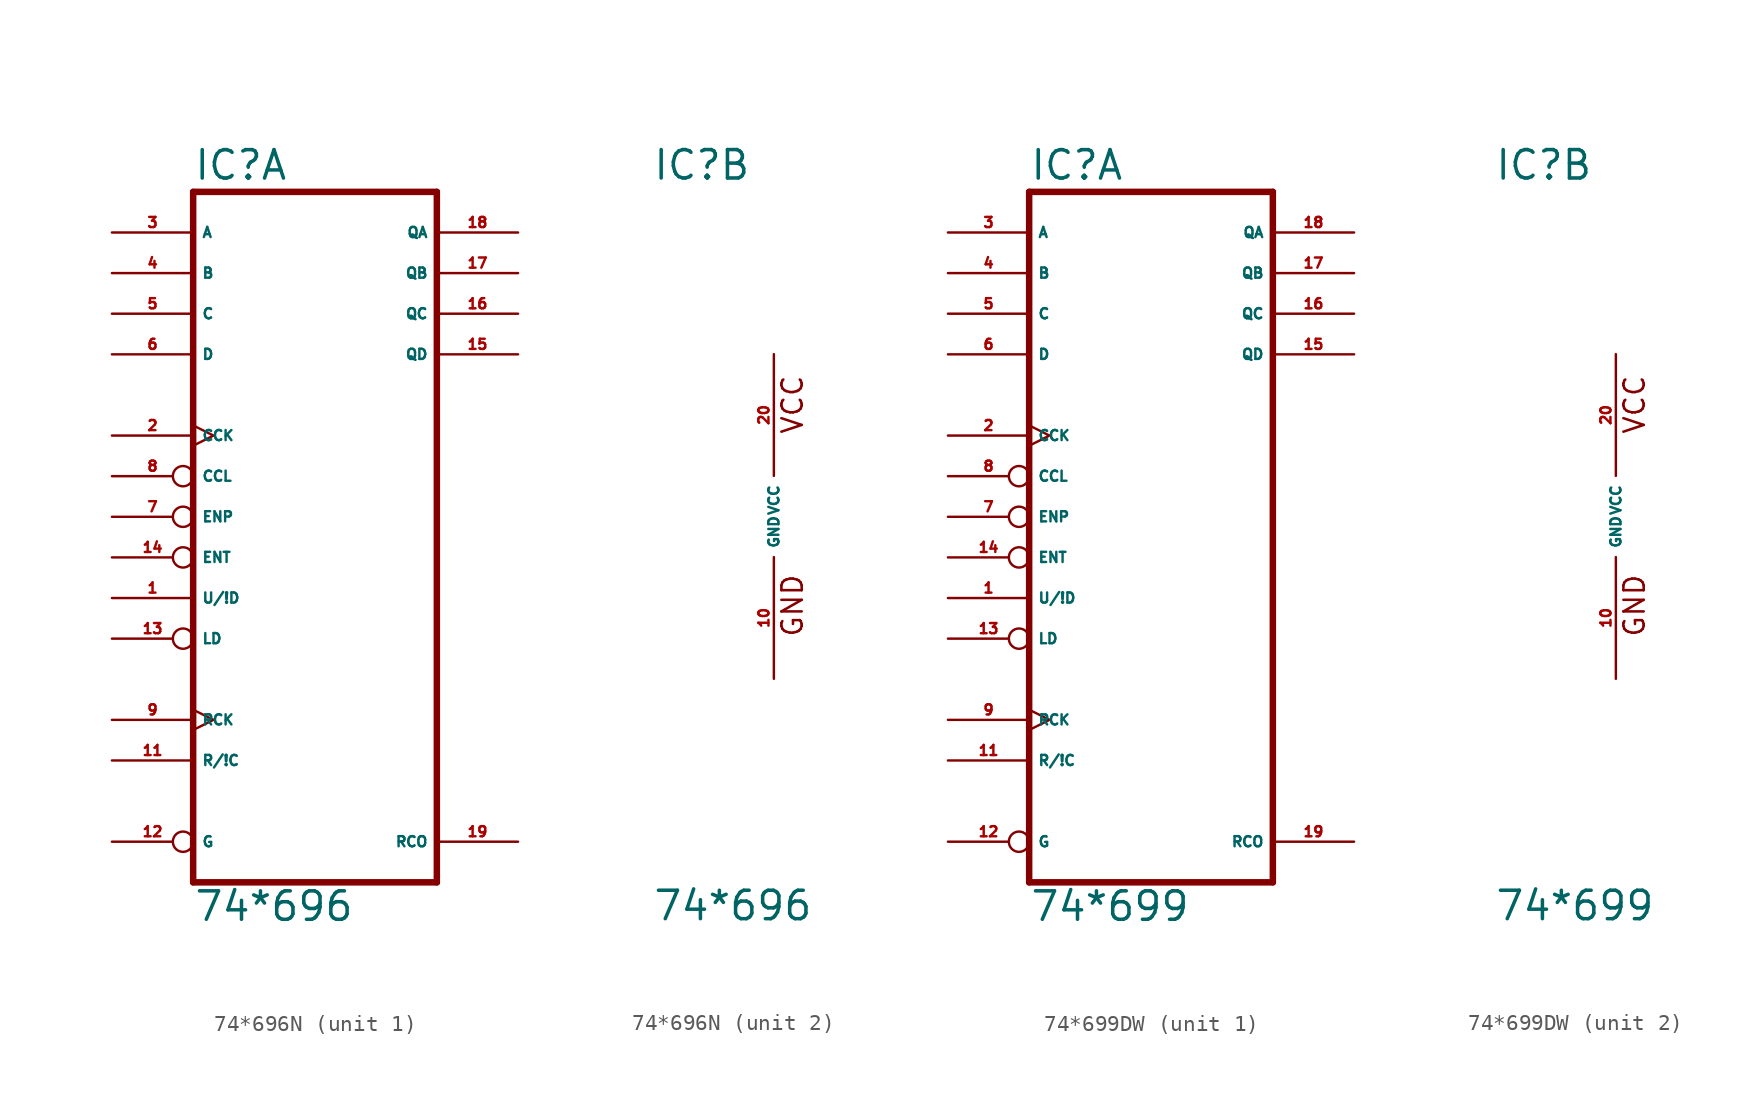
<source format=kicad_sym>
(kicad_symbol_lib
  (version 20220914)
  (generator Eagle2Kicad)
  (symbol "74*696N"
    (property "Reference" "IC"
      (at -7.62 20.955 0)
      (effects (font (size 1.778 1.778) (thickness 0.22)) (justify left bottom)))
    (property "Value" "74*696"
      (at -7.62 -25.4 0)
      (effects (font (size 1.778 1.778) (thickness 0.22)) (justify left bottom)))
    (symbol "74*696N_1_0"
      (polyline (pts (xy -7.62 -22.86) (xy 7.62 -22.86)) (stroke (width 0.406) (type default)) (fill (type none)))
      (polyline (pts (xy 7.62 -22.86) (xy 7.62 20.32)) (stroke (width 0.406) (type default)) (fill (type none)))
      (polyline (pts (xy 7.62 20.32) (xy -7.62 20.32)) (stroke (width 0.406) (type default)) (fill (type none)))
      (polyline (pts (xy -7.62 20.32) (xy -7.62 -22.86)) (stroke (width 0.406) (type default)) (fill (type none)))
      (pin input line (at -12.7 -5.08 0) (length 5.08) (name "U/!D" (effects (font (size 0.635 0.635) (thickness 0.08)) (justify left bottom))) (number "1" (effects (font (size 0.635 0.635) (thickness 0.08)) (justify left bottom))))
      (pin input clock (at -12.7 5.08 0) (length 5.08) (name "CCK" (effects (font (size 0.635 0.635) (thickness 0.08)) (justify left bottom))) (number "2" (effects (font (size 0.635 0.635) (thickness 0.08)) (justify left bottom))))
      (pin input line (at -12.7 17.78 0) (length 5.08) (name "A" (effects (font (size 0.635 0.635) (thickness 0.08)) (justify left bottom))) (number "3" (effects (font (size 0.635 0.635) (thickness 0.08)) (justify left bottom))))
      (pin input line (at -12.7 15.24 0) (length 5.08) (name "B" (effects (font (size 0.635 0.635) (thickness 0.08)) (justify left bottom))) (number "4" (effects (font (size 0.635 0.635) (thickness 0.08)) (justify left bottom))))
      (pin input line (at -12.7 12.7 0) (length 5.08) (name "C" (effects (font (size 0.635 0.635) (thickness 0.08)) (justify left bottom))) (number "5" (effects (font (size 0.635 0.635) (thickness 0.08)) (justify left bottom))))
      (pin input line (at -12.7 10.16 0) (length 5.08) (name "D" (effects (font (size 0.635 0.635) (thickness 0.08)) (justify left bottom))) (number "6" (effects (font (size 0.635 0.635) (thickness 0.08)) (justify left bottom))))
      (pin input inverted (at -12.7 0 0) (length 5.08) (name "ENP" (effects (font (size 0.635 0.635) (thickness 0.08)) (justify left bottom))) (number "7" (effects (font (size 0.635 0.635) (thickness 0.08)) (justify left bottom))))
      (pin input inverted (at -12.7 2.54 0) (length 5.08) (name "CCL" (effects (font (size 0.635 0.635) (thickness 0.08)) (justify left bottom))) (number "8" (effects (font (size 0.635 0.635) (thickness 0.08)) (justify left bottom))))
      (pin input clock (at -12.7 -12.7 0) (length 5.08) (name "RCK" (effects (font (size 0.635 0.635) (thickness 0.08)) (justify left bottom))) (number "9" (effects (font (size 0.635 0.635) (thickness 0.08)) (justify left bottom))))
      (pin input line (at -12.7 -15.24 0) (length 5.08) (name "R/!C" (effects (font (size 0.635 0.635) (thickness 0.08)) (justify left bottom))) (number "11" (effects (font (size 0.635 0.635) (thickness 0.08)) (justify left bottom))))
      (pin input inverted (at -12.7 -20.32 0) (length 5.08) (name "G" (effects (font (size 0.635 0.635) (thickness 0.08)) (justify left bottom))) (number "12" (effects (font (size 0.635 0.635) (thickness 0.08)) (justify left bottom))))
      (pin input inverted (at -12.7 -7.62 0) (length 5.08) (name "LD" (effects (font (size 0.635 0.635) (thickness 0.08)) (justify left bottom))) (number "13" (effects (font (size 0.635 0.635) (thickness 0.08)) (justify left bottom))))
      (pin input inverted (at -12.7 -2.54 0) (length 5.08) (name "ENT" (effects (font (size 0.635 0.635) (thickness 0.08)) (justify left bottom))) (number "14" (effects (font (size 0.635 0.635) (thickness 0.08)) (justify left bottom))))
      (pin tri_state line (at 12.7 10.16 180) (length 5.08) (name "QD" (effects (font (size 0.635 0.635) (thickness 0.08)) (justify left bottom))) (number "15" (effects (font (size 0.635 0.635) (thickness 0.08)) (justify left bottom))))
      (pin tri_state line (at 12.7 12.7 180) (length 5.08) (name "QC" (effects (font (size 0.635 0.635) (thickness 0.08)) (justify left bottom))) (number "16" (effects (font (size 0.635 0.635) (thickness 0.08)) (justify left bottom))))
      (pin tri_state line (at 12.7 15.24 180) (length 5.08) (name "QB" (effects (font (size 0.635 0.635) (thickness 0.08)) (justify left bottom))) (number "17" (effects (font (size 0.635 0.635) (thickness 0.08)) (justify left bottom))))
      (pin tri_state line (at 12.7 17.78 180) (length 5.08) (name "QA" (effects (font (size 0.635 0.635) (thickness 0.08)) (justify left bottom))) (number "18" (effects (font (size 0.635 0.635) (thickness 0.08)) (justify left bottom))))
      (pin output line (at 12.7 -20.32 180) (length 5.08) (name "RCO" (effects (font (size 0.635 0.635) (thickness 0.08)) (justify left bottom))) (number "19" (effects (font (size 0.635 0.635) (thickness 0.08)) (justify left bottom)))))
    (symbol "74*696N_2_0"
      (text "GND" (at 1.905 -7.62 900) (effects (font (size 1.27 1.27) (thickness 0.16)) (justify left bottom)))
      (text "VCC" (at 1.905 5.08 900) (effects (font (size 1.27 1.27) (thickness 0.16)) (justify left bottom)))
      (pin unspecified line (at 0 -10.16 90) (length 7.62) (name "GND" (effects (font (size 0.635 0.635) (thickness 0.08)) (justify left bottom))) (number "10" (effects (font (size 0.635 0.635) (thickness 0.08)) (justify left bottom))))
      (pin unspecified line (at 0 10.16 270) (length 7.62) (name "VCC" (effects (font (size 0.635 0.635) (thickness 0.08)) (justify left bottom))) (number "20" (effects (font (size 0.635 0.635) (thickness 0.08)) (justify left bottom))))))
  (symbol "74*699DW"
    (property "Reference" "IC"
      (at -7.62 20.955 0)
      (effects (font (size 1.778 1.778) (thickness 0.22)) (justify left bottom)))
    (property "Value" "74*699"
      (at -7.62 -25.4 0)
      (effects (font (size 1.778 1.778) (thickness 0.22)) (justify left bottom)))
    (symbol "74*699DW_1_0"
      (polyline (pts (xy -7.62 -22.86) (xy 7.62 -22.86)) (stroke (width 0.406) (type default)) (fill (type none)))
      (polyline (pts (xy 7.62 -22.86) (xy 7.62 20.32)) (stroke (width 0.406) (type default)) (fill (type none)))
      (polyline (pts (xy 7.62 20.32) (xy -7.62 20.32)) (stroke (width 0.406) (type default)) (fill (type none)))
      (polyline (pts (xy -7.62 20.32) (xy -7.62 -22.86)) (stroke (width 0.406) (type default)) (fill (type none)))
      (pin input line (at -12.7 -5.08 0) (length 5.08) (name "U/!D" (effects (font (size 0.635 0.635) (thickness 0.08)) (justify left bottom))) (number "1" (effects (font (size 0.635 0.635) (thickness 0.08)) (justify left bottom))))
      (pin input clock (at -12.7 5.08 0) (length 5.08) (name "CCK" (effects (font (size 0.635 0.635) (thickness 0.08)) (justify left bottom))) (number "2" (effects (font (size 0.635 0.635) (thickness 0.08)) (justify left bottom))))
      (pin input line (at -12.7 17.78 0) (length 5.08) (name "A" (effects (font (size 0.635 0.635) (thickness 0.08)) (justify left bottom))) (number "3" (effects (font (size 0.635 0.635) (thickness 0.08)) (justify left bottom))))
      (pin input line (at -12.7 15.24 0) (length 5.08) (name "B" (effects (font (size 0.635 0.635) (thickness 0.08)) (justify left bottom))) (number "4" (effects (font (size 0.635 0.635) (thickness 0.08)) (justify left bottom))))
      (pin input line (at -12.7 12.7 0) (length 5.08) (name "C" (effects (font (size 0.635 0.635) (thickness 0.08)) (justify left bottom))) (number "5" (effects (font (size 0.635 0.635) (thickness 0.08)) (justify left bottom))))
      (pin input line (at -12.7 10.16 0) (length 5.08) (name "D" (effects (font (size 0.635 0.635) (thickness 0.08)) (justify left bottom))) (number "6" (effects (font (size 0.635 0.635) (thickness 0.08)) (justify left bottom))))
      (pin input inverted (at -12.7 0 0) (length 5.08) (name "ENP" (effects (font (size 0.635 0.635) (thickness 0.08)) (justify left bottom))) (number "7" (effects (font (size 0.635 0.635) (thickness 0.08)) (justify left bottom))))
      (pin input inverted (at -12.7 2.54 0) (length 5.08) (name "CCL" (effects (font (size 0.635 0.635) (thickness 0.08)) (justify left bottom))) (number "8" (effects (font (size 0.635 0.635) (thickness 0.08)) (justify left bottom))))
      (pin input clock (at -12.7 -12.7 0) (length 5.08) (name "RCK" (effects (font (size 0.635 0.635) (thickness 0.08)) (justify left bottom))) (number "9" (effects (font (size 0.635 0.635) (thickness 0.08)) (justify left bottom))))
      (pin input line (at -12.7 -15.24 0) (length 5.08) (name "R/!C" (effects (font (size 0.635 0.635) (thickness 0.08)) (justify left bottom))) (number "11" (effects (font (size 0.635 0.635) (thickness 0.08)) (justify left bottom))))
      (pin input inverted (at -12.7 -20.32 0) (length 5.08) (name "G" (effects (font (size 0.635 0.635) (thickness 0.08)) (justify left bottom))) (number "12" (effects (font (size 0.635 0.635) (thickness 0.08)) (justify left bottom))))
      (pin input inverted (at -12.7 -7.62 0) (length 5.08) (name "LD" (effects (font (size 0.635 0.635) (thickness 0.08)) (justify left bottom))) (number "13" (effects (font (size 0.635 0.635) (thickness 0.08)) (justify left bottom))))
      (pin input inverted (at -12.7 -2.54 0) (length 5.08) (name "ENT" (effects (font (size 0.635 0.635) (thickness 0.08)) (justify left bottom))) (number "14" (effects (font (size 0.635 0.635) (thickness 0.08)) (justify left bottom))))
      (pin tri_state line (at 12.7 10.16 180) (length 5.08) (name "QD" (effects (font (size 0.635 0.635) (thickness 0.08)) (justify left bottom))) (number "15" (effects (font (size 0.635 0.635) (thickness 0.08)) (justify left bottom))))
      (pin tri_state line (at 12.7 12.7 180) (length 5.08) (name "QC" (effects (font (size 0.635 0.635) (thickness 0.08)) (justify left bottom))) (number "16" (effects (font (size 0.635 0.635) (thickness 0.08)) (justify left bottom))))
      (pin tri_state line (at 12.7 15.24 180) (length 5.08) (name "QB" (effects (font (size 0.635 0.635) (thickness 0.08)) (justify left bottom))) (number "17" (effects (font (size 0.635 0.635) (thickness 0.08)) (justify left bottom))))
      (pin tri_state line (at 12.7 17.78 180) (length 5.08) (name "QA" (effects (font (size 0.635 0.635) (thickness 0.08)) (justify left bottom))) (number "18" (effects (font (size 0.635 0.635) (thickness 0.08)) (justify left bottom))))
      (pin output line (at 12.7 -20.32 180) (length 5.08) (name "RCO" (effects (font (size 0.635 0.635) (thickness 0.08)) (justify left bottom))) (number "19" (effects (font (size 0.635 0.635) (thickness 0.08)) (justify left bottom)))))
    (symbol "74*699DW_2_0"
      (text "GND" (at 1.905 -7.62 900) (effects (font (size 1.27 1.27) (thickness 0.16)) (justify left bottom)))
      (text "VCC" (at 1.905 5.08 900) (effects (font (size 1.27 1.27) (thickness 0.16)) (justify left bottom)))
      (pin unspecified line (at 0 -10.16 90) (length 7.62) (name "GND" (effects (font (size 0.635 0.635) (thickness 0.08)) (justify left bottom))) (number "10" (effects (font (size 0.635 0.635) (thickness 0.08)) (justify left bottom))))
      (pin unspecified line (at 0 10.16 270) (length 7.62) (name "VCC" (effects (font (size 0.635 0.635) (thickness 0.08)) (justify left bottom))) (number "20" (effects (font (size 0.635 0.635) (thickness 0.08)) (justify left bottom)))))))
</source>
